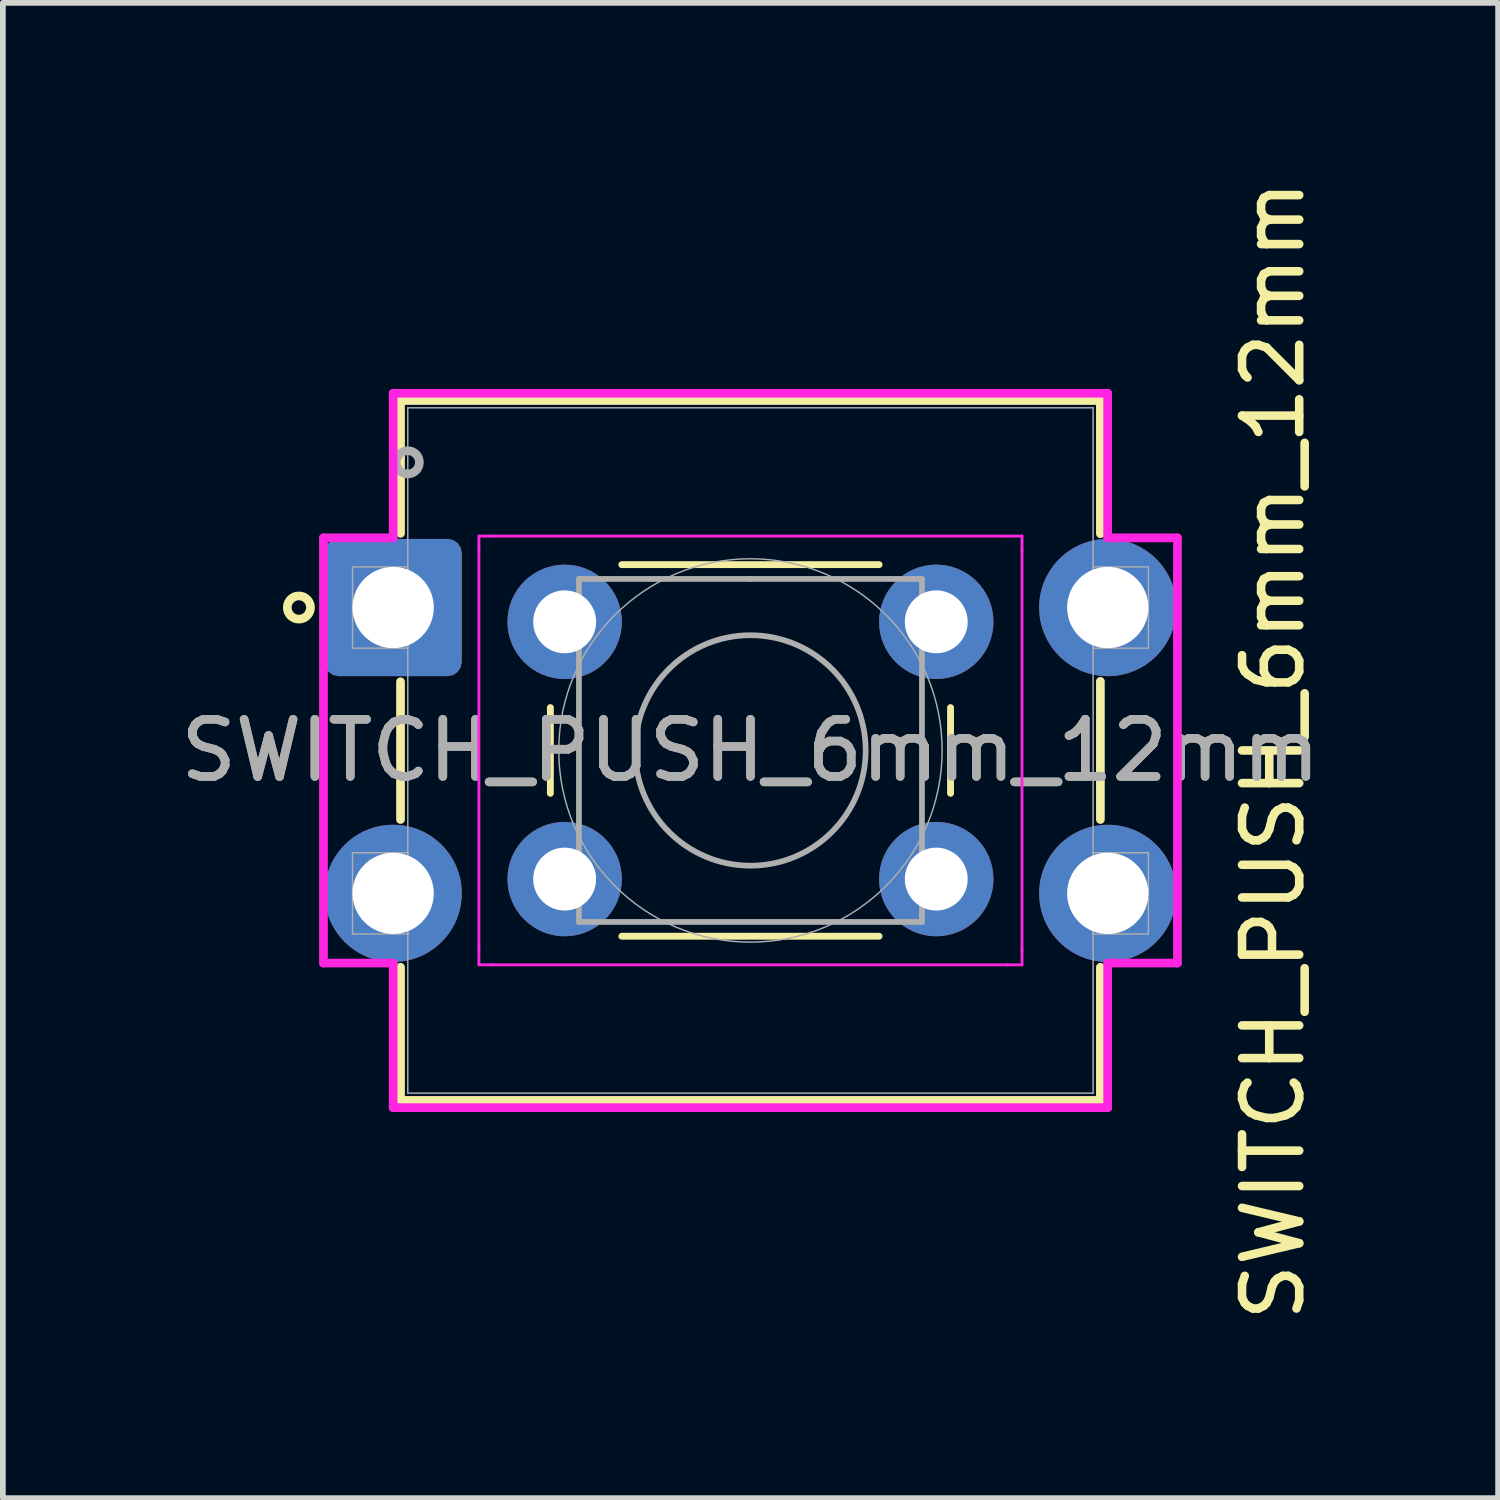
<source format=kicad_pcb>
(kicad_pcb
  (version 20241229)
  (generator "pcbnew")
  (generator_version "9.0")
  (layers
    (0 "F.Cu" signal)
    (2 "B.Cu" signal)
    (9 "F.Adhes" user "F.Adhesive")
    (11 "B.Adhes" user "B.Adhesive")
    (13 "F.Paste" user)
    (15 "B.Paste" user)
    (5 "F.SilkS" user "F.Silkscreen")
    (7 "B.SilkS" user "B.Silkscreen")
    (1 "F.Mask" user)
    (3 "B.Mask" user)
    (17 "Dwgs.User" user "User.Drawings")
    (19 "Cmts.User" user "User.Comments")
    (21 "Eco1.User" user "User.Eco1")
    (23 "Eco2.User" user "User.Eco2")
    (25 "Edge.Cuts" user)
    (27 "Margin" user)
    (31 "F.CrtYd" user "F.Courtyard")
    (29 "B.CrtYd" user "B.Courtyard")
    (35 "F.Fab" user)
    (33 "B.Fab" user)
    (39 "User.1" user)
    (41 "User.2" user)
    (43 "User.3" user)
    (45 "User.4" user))
  (footprint "SWITCH_PUSH_6mm_12mm"
    (layer "F.Cu")
    (at 10.077 10.077)
    (property "Reference" "SWITCH_PUSH_6mm_12mm" (at 9.144 0 90) (unlocked yes) (layer "F.SilkS") (effects (font (size 1 1) (thickness 0.15))))
    (attr through_hole)
    (fp_line (start -6.121 -6.121) (end -6.121 -3.798) (stroke (width 0.152) (type solid)) (layer "F.SilkS"))
    (fp_line (start -6.121 -1.202) (end -6.121 1.208) (stroke (width 0.152) (type solid)) (layer "F.SilkS"))
    (fp_line (start -6.121 3.792) (end -6.121 6.121) (stroke (width 0.152) (type solid)) (layer "F.SilkS"))
    (fp_line (start -6.121 6.121) (end 6.121 6.121) (stroke (width 0.152) (type solid)) (layer "F.SilkS"))
    (fp_line (start -3.5 -0.75) (end -3.5 0.75) (stroke (width 0.12) (type solid)) (layer "F.SilkS"))
    (fp_line (start -2.25 3.25) (end 2.25 3.25) (stroke (width 0.12) (type solid)) (layer "F.SilkS"))
    (fp_line (start 2.25 -3.25) (end -2.25 -3.25) (stroke (width 0.12) (type solid)) (layer "F.SilkS"))
    (fp_line (start 3.5 0.75) (end 3.5 -0.75) (stroke (width 0.12) (type solid)) (layer "F.SilkS"))
    (fp_line (start 6.121 -6.121) (end -6.121 -6.121) (stroke (width 0.152) (type solid)) (layer "F.SilkS"))
    (fp_line (start 6.121 -3.792) (end 6.121 -6.121) (stroke (width 0.152) (type solid)) (layer "F.SilkS"))
    (fp_line (start 6.121 1.208) (end 6.121 -1.208) (stroke (width 0.152) (type solid)) (layer "F.SilkS"))
    (fp_line (start 6.121 6.121) (end 6.121 3.792) (stroke (width 0.152) (type solid)) (layer "F.SilkS"))
    (fp_circle (center -7.899 -2.5) (end -7.696 -2.5) (stroke (width 0.152) (type solid)) (fill no) (layer "F.SilkS"))
    (fp_line (start -7.469 -3.719) (end -6.25 -3.719) (stroke (width 0.152) (type solid)) (layer "F.CrtYd"))
    (fp_line (start -7.469 3.719) (end -7.469 -3.719) (stroke (width 0.152) (type solid)) (layer "F.CrtYd"))
    (fp_line (start -7.469 3.719) (end -6.25 3.719) (stroke (width 0.152) (type solid)) (layer "F.CrtYd"))
    (fp_line (start -6.25 -6.248) (end 6.248 -6.248) (stroke (width 0.152) (type solid)) (layer "F.CrtYd"))
    (fp_line (start -6.25 -3.719) (end -6.25 -6.248) (stroke (width 0.152) (type solid)) (layer "F.CrtYd"))
    (fp_line (start -6.25 6.248) (end -6.25 3.719) (stroke (width 0.152) (type solid)) (layer "F.CrtYd"))
    (fp_line (start -4.75 -3.75) (end -4.5 -3.75) (stroke (width 0.05) (type solid)) (layer "F.CrtYd"))
    (fp_line (start -4.75 -3.5) (end -4.75 -3.75) (stroke (width 0.05) (type solid)) (layer "F.CrtYd"))
    (fp_line (start -4.75 3.5) (end -4.75 -3.5) (stroke (width 0.05) (type solid)) (layer "F.CrtYd"))
    (fp_line (start -4.75 3.5) (end -4.75 3.75) (stroke (width 0.05) (type solid)) (layer "F.CrtYd"))
    (fp_line (start -4.75 3.75) (end -4.5 3.75) (stroke (width 0.05) (type solid)) (layer "F.CrtYd"))
    (fp_line (start -4.5 -3.75) (end 4.5 -3.75) (stroke (width 0.05) (type solid)) (layer "F.CrtYd"))
    (fp_line (start 4.5 -3.75) (end 4.75 -3.75) (stroke (width 0.05) (type solid)) (layer "F.CrtYd"))
    (fp_line (start 4.5 3.75) (end -4.5 3.75) (stroke (width 0.05) (type solid)) (layer "F.CrtYd"))
    (fp_line (start 4.5 3.75) (end 4.75 3.75) (stroke (width 0.05) (type solid)) (layer "F.CrtYd"))
    (fp_line (start 4.75 -3.75) (end 4.75 -3.5) (stroke (width 0.05) (type solid)) (layer "F.CrtYd"))
    (fp_line (start 4.75 -3.5) (end 4.75 3.5) (stroke (width 0.05) (type solid)) (layer "F.CrtYd"))
    (fp_line (start 4.75 3.75) (end 4.75 3.5) (stroke (width 0.05) (type solid)) (layer "F.CrtYd"))
    (fp_line (start 6.248 -6.248) (end 6.248 -3.719) (stroke (width 0.152) (type solid)) (layer "F.CrtYd"))
    (fp_line (start 6.248 3.719) (end 6.248 6.248) (stroke (width 0.152) (type solid)) (layer "F.CrtYd"))
    (fp_line (start 6.248 6.248) (end -6.25 6.248) (stroke (width 0.152) (type solid)) (layer "F.CrtYd"))
    (fp_line (start 7.469 -3.719) (end 6.248 -3.719) (stroke (width 0.152) (type solid)) (layer "F.CrtYd"))
    (fp_line (start 7.469 -3.719) (end 7.469 3.719) (stroke (width 0.152) (type solid)) (layer "F.CrtYd"))
    (fp_line (start 7.469 3.719) (end 6.248 3.719) (stroke (width 0.152) (type solid)) (layer "F.CrtYd"))
    (fp_line (start -6.961 -3.211) (end -6.961 -1.789) (stroke (width 0.025) (type solid)) (layer "F.Fab"))
    (fp_line (start -6.961 -1.789) (end -5.994 -1.789) (stroke (width 0.025) (type solid)) (layer "F.Fab"))
    (fp_line (start -6.961 1.789) (end -6.961 3.211) (stroke (width 0.025) (type solid)) (layer "F.Fab"))
    (fp_line (start -6.961 3.211) (end -5.994 3.211) (stroke (width 0.025) (type solid)) (layer "F.Fab"))
    (fp_line (start -5.994 -5.994) (end -5.994 5.994) (stroke (width 0.025) (type solid)) (layer "F.Fab"))
    (fp_line (start -5.994 -3.211) (end -6.961 -3.211) (stroke (width 0.025) (type solid)) (layer "F.Fab"))
    (fp_line (start -5.994 -1.789) (end -5.994 -3.211) (stroke (width 0.025) (type solid)) (layer "F.Fab"))
    (fp_line (start -5.994 1.789) (end -6.961 1.789) (stroke (width 0.025) (type solid)) (layer "F.Fab"))
    (fp_line (start -5.994 3.211) (end -5.994 1.789) (stroke (width 0.025) (type solid)) (layer "F.Fab"))
    (fp_line (start -5.994 5.994) (end 5.994 5.994) (stroke (width 0.025) (type solid)) (layer "F.Fab"))
    (fp_line (start -3 -3) (end 0 -3) (stroke (width 0.1) (type solid)) (layer "F.Fab"))
    (fp_line (start -3 3) (end -3 -3) (stroke (width 0.1) (type solid)) (layer "F.Fab"))
    (fp_line (start 0 -3) (end 3 -3) (stroke (width 0.1) (type solid)) (layer "F.Fab"))
    (fp_line (start 3 -3) (end 3 3) (stroke (width 0.1) (type solid)) (layer "F.Fab"))
    (fp_line (start 3 3) (end -3 3) (stroke (width 0.1) (type solid)) (layer "F.Fab"))
    (fp_line (start 5.994 -5.994) (end -5.994 -5.994) (stroke (width 0.025) (type solid)) (layer "F.Fab"))
    (fp_line (start 5.994 -3.211) (end 5.994 -1.789) (stroke (width 0.025) (type solid)) (layer "F.Fab"))
    (fp_line (start 5.994 -1.789) (end 6.961 -1.789) (stroke (width 0.025) (type solid)) (layer "F.Fab"))
    (fp_line (start 5.994 1.789) (end 5.994 3.211) (stroke (width 0.025) (type solid)) (layer "F.Fab"))
    (fp_line (start 5.994 3.211) (end 6.961 3.211) (stroke (width 0.025) (type solid)) (layer "F.Fab"))
    (fp_line (start 5.994 5.994) (end 5.994 -5.994) (stroke (width 0.025) (type solid)) (layer "F.Fab"))
    (fp_line (start 6.961 -3.211) (end 5.994 -3.211) (stroke (width 0.025) (type solid)) (layer "F.Fab"))
    (fp_line (start 6.961 -1.789) (end 6.961 -3.211) (stroke (width 0.025) (type solid)) (layer "F.Fab"))
    (fp_line (start 6.961 1.789) (end 5.994 1.789) (stroke (width 0.025) (type solid)) (layer "F.Fab"))
    (fp_line (start 6.961 3.211) (end 6.961 1.789) (stroke (width 0.025) (type solid)) (layer "F.Fab"))
    (fp_circle (center -5.994 -5.04) (end -5.791 -5.04) (stroke (width 0.152) (type solid)) (fill no) (layer "F.Fab"))
    (fp_circle (center 0 0) (end -2 0.25) (stroke (width 0.1) (type solid)) (fill no) (layer "F.Fab"))
    (fp_circle (center 0 0) (end 3.353 0) (stroke (width 0.025) (type solid)) (fill no) (layer "F.Fab"))
    (fp_text user "${REFERENCE}" (at 0 0 0) (unlocked yes) (layer "F.Fab") (effects (font (size 1 1) (thickness 0.15))))
    (fp_text user "${REFERENCE}" (at 0 0 180) (layer "F.Fab") (effects (font (size 1 1) (thickness 0.15))))
    (pad "1" thru_hole roundrect (at -6.25 -2.5) (size 2.4 2.4) (drill 1.422) (layers "*.Cu" "*.Mask") (roundrect_rratio 0.104))
    (pad "1" thru_hole circle (at -3.25 -2.25 90) (size 2 2) (drill 1.1) (layers "*.Cu" "*.Mask"))
    (pad "1" thru_hole circle (at 3.25 -2.25 90) (size 2 2) (drill 1.1) (layers "*.Cu" "*.Mask"))
    (pad "1" thru_hole circle (at 6.25 -2.5) (size 2.4 2.4) (drill 1.422) (layers "*.Cu" "*.Mask"))
    (pad "2" thru_hole circle (at -6.25 2.5) (size 2.4 2.4) (drill 1.422) (layers "*.Cu" "*.Mask"))
    (pad "2" thru_hole circle (at -3.25 2.25 90) (size 2 2) (drill 1.1) (layers "*.Cu" "*.Mask"))
    (pad "2" thru_hole circle (at 3.25 2.25 90) (size 2 2) (drill 1.1) (layers "*.Cu" "*.Mask"))
    (pad "2" thru_hole circle (at 6.25 2.5) (size 2.4 2.4) (drill 1.422) (layers "*.Cu" "*.Mask")))
  (gr_rect
    (start -3 -3)
    (end 23.155 23.155)
    (stroke (width 0.1) (type default))
    (fill no)
    (layer "Edge.Cuts")))
</source>
